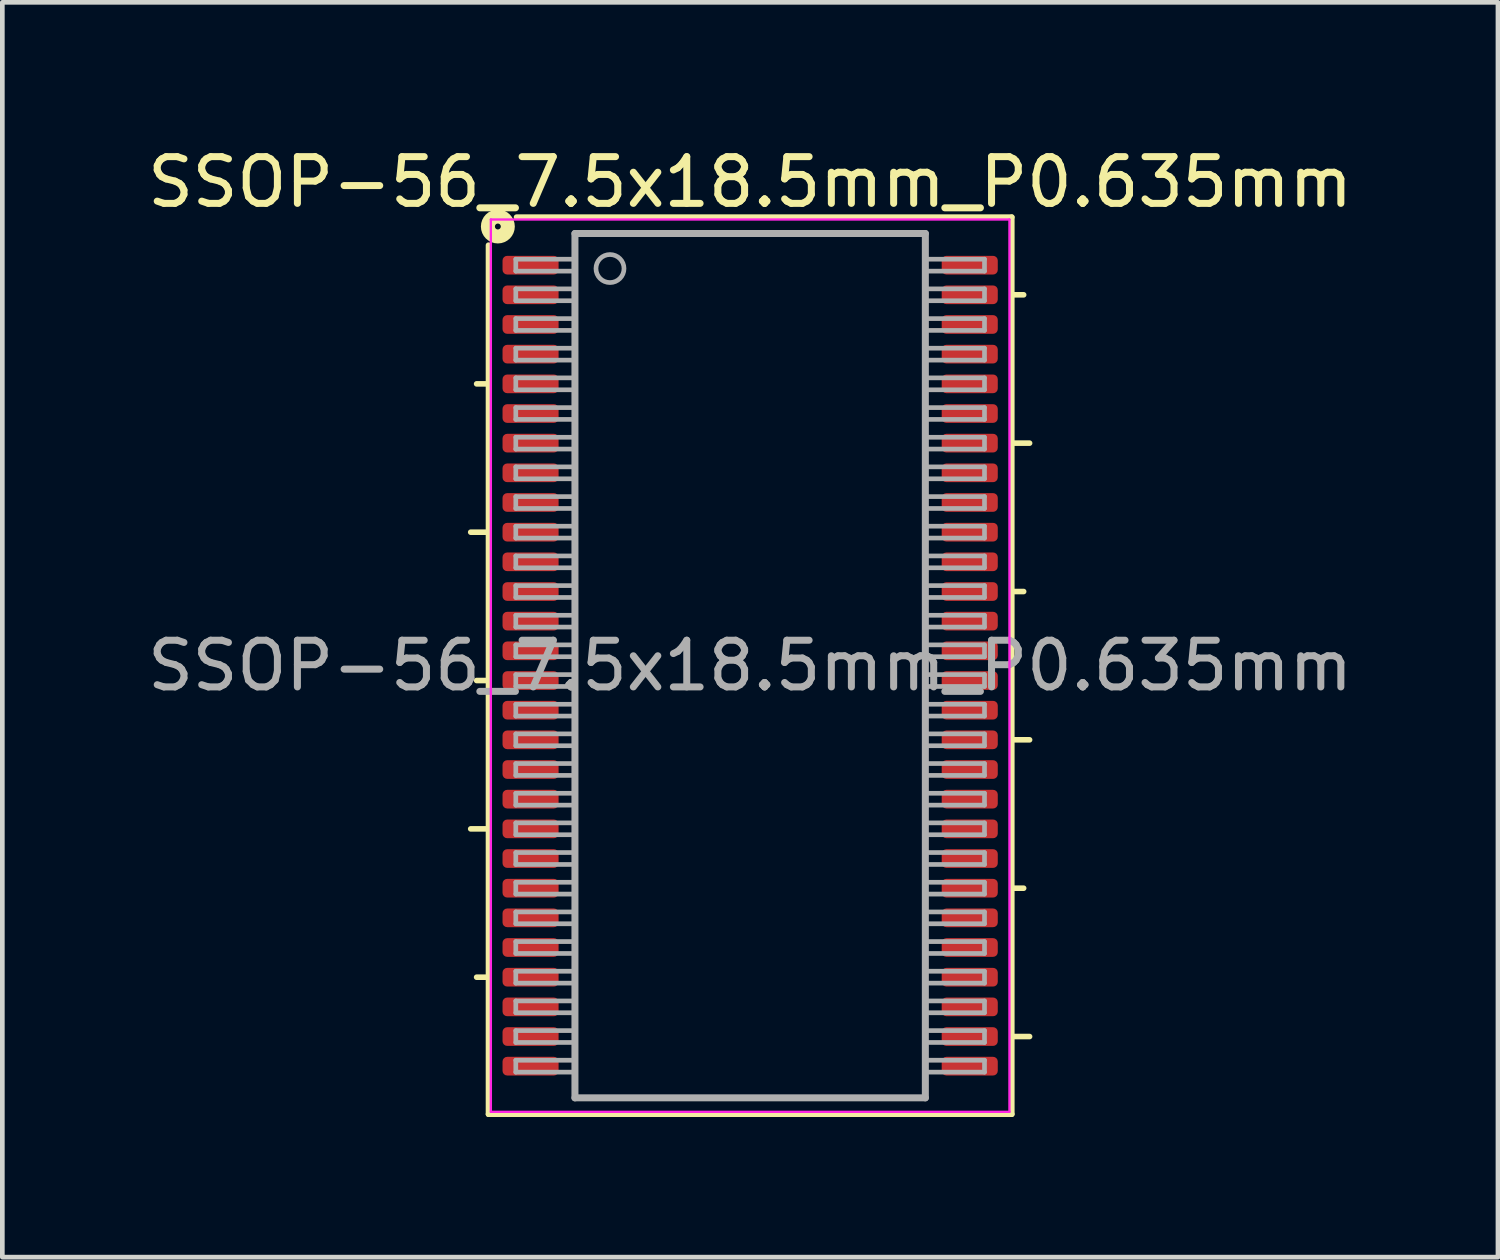
<source format=kicad_pcb>
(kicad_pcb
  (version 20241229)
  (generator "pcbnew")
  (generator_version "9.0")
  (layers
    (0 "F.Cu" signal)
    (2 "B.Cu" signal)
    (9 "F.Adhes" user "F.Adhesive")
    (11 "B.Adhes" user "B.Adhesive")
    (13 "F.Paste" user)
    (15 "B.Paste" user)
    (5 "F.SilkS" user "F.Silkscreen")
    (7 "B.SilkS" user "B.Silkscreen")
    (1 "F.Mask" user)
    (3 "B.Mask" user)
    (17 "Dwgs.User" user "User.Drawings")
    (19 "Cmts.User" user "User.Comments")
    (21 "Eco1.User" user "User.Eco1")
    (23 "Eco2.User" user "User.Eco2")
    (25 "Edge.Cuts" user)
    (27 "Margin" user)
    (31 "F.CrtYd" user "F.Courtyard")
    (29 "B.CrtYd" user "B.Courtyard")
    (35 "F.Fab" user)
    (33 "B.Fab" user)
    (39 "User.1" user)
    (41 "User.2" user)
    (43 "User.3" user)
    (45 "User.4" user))
  (footprint "SSOP-56_7.5x18.5mm_P0.635mm"
    (layer "F.Cu")
    (at 13.006 11.198)
    (property "Reference" "SSOP-56_7.5x18.5mm_P0.635mm" (at 0 -10.35 0) (layer "F.SilkS") (effects (font (size 1 1) (thickness 0.15))))
    (attr smd)
    (fp_line (start -5.6 -9) (end -5.6 9.6) (stroke (width 0.12) (type solid)) (layer "F.SilkS"))
    (fp_line (start -5.6 -6.032) (end -5.854 -6.032) (stroke (width 0.12) (type solid)) (layer "F.SilkS"))
    (fp_line (start -5.6 -2.857) (end -5.981 -2.857) (stroke (width 0.12) (type solid)) (layer "F.SilkS"))
    (fp_line (start -5.6 0.318) (end -5.854 0.318) (stroke (width 0.12) (type solid)) (layer "F.SilkS"))
    (fp_line (start -5.6 3.493) (end -5.981 3.493) (stroke (width 0.12) (type solid)) (layer "F.SilkS"))
    (fp_line (start -5.6 6.668) (end -5.854 6.668) (stroke (width 0.12) (type solid)) (layer "F.SilkS"))
    (fp_line (start -5.6 9.6) (end 5.6 9.6) (stroke (width 0.12) (type solid)) (layer "F.SilkS"))
    (fp_line (start 5.6 -9.6) (end -5 -9.6) (stroke (width 0.12) (type solid)) (layer "F.SilkS"))
    (fp_line (start 5.6 -7.938) (end 5.854 -7.938) (stroke (width 0.12) (type solid)) (layer "F.SilkS"))
    (fp_line (start 5.6 -4.763) (end 5.981 -4.763) (stroke (width 0.12) (type solid)) (layer "F.SilkS"))
    (fp_line (start 5.6 -1.587) (end 5.854 -1.587) (stroke (width 0.12) (type solid)) (layer "F.SilkS"))
    (fp_line (start 5.6 1.587) (end 5.981 1.587) (stroke (width 0.12) (type solid)) (layer "F.SilkS"))
    (fp_line (start 5.6 4.763) (end 5.854 4.763) (stroke (width 0.12) (type solid)) (layer "F.SilkS"))
    (fp_line (start 5.6 7.938) (end 5.981 7.938) (stroke (width 0.12) (type solid)) (layer "F.SilkS"))
    (fp_line (start 5.6 9.6) (end 5.6 -9.6) (stroke (width 0.12) (type solid)) (layer "F.SilkS"))
    (fp_circle (center -5.4 -9.4) (end -5.337 -9.4) (stroke (width 0.3) (type solid)) (fill no) (layer "F.SilkS"))
    (fp_line (start -5.55 -9.55) (end -5.55 9.55) (stroke (width 0.05) (type solid)) (layer "F.CrtYd"))
    (fp_line (start -5.55 -9.55) (end 5.55 -9.55) (stroke (width 0.05) (type solid)) (layer "F.CrtYd"))
    (fp_line (start -5.55 9.55) (end 5.55 9.55) (stroke (width 0.05) (type solid)) (layer "F.CrtYd"))
    (fp_line (start 5.55 -9.55) (end 5.55 9.55) (stroke (width 0.05) (type solid)) (layer "F.CrtYd"))
    (fp_line (start -5.016 -8.7) (end -5.016 -8.445) (stroke (width 0.1) (type solid)) (layer "F.Fab"))
    (fp_line (start -5.016 -8.7) (end -3.747 -8.7) (stroke (width 0.1) (type solid)) (layer "F.Fab"))
    (fp_line (start -5.016 -8.445) (end -3.747 -8.445) (stroke (width 0.1) (type solid)) (layer "F.Fab"))
    (fp_line (start -5.016 -8.065) (end -5.016 -7.811) (stroke (width 0.1) (type solid)) (layer "F.Fab"))
    (fp_line (start -5.016 -8.065) (end -3.747 -8.065) (stroke (width 0.1) (type solid)) (layer "F.Fab"))
    (fp_line (start -5.016 -7.811) (end -3.747 -7.811) (stroke (width 0.1) (type solid)) (layer "F.Fab"))
    (fp_line (start -5.016 -7.429) (end -5.016 -7.176) (stroke (width 0.1) (type solid)) (layer "F.Fab"))
    (fp_line (start -5.016 -7.429) (end -3.747 -7.429) (stroke (width 0.1) (type solid)) (layer "F.Fab"))
    (fp_line (start -5.016 -7.176) (end -3.747 -7.176) (stroke (width 0.1) (type solid)) (layer "F.Fab"))
    (fp_line (start -5.016 -6.795) (end -5.016 -6.54) (stroke (width 0.1) (type solid)) (layer "F.Fab"))
    (fp_line (start -5.016 -6.795) (end -3.747 -6.795) (stroke (width 0.1) (type solid)) (layer "F.Fab"))
    (fp_line (start -5.016 -6.54) (end -3.747 -6.54) (stroke (width 0.1) (type solid)) (layer "F.Fab"))
    (fp_line (start -5.016 -6.16) (end -5.016 -5.905) (stroke (width 0.1) (type solid)) (layer "F.Fab"))
    (fp_line (start -5.016 -6.16) (end -3.747 -6.16) (stroke (width 0.1) (type solid)) (layer "F.Fab"))
    (fp_line (start -5.016 -5.905) (end -3.747 -5.905) (stroke (width 0.1) (type solid)) (layer "F.Fab"))
    (fp_line (start -5.016 -5.524) (end -5.016 -5.271) (stroke (width 0.1) (type solid)) (layer "F.Fab"))
    (fp_line (start -5.016 -5.524) (end -3.747 -5.524) (stroke (width 0.1) (type solid)) (layer "F.Fab"))
    (fp_line (start -5.016 -5.271) (end -3.747 -5.271) (stroke (width 0.1) (type solid)) (layer "F.Fab"))
    (fp_line (start -5.016 -4.889) (end -5.016 -4.636) (stroke (width 0.1) (type solid)) (layer "F.Fab"))
    (fp_line (start -5.016 -4.889) (end -3.747 -4.889) (stroke (width 0.1) (type solid)) (layer "F.Fab"))
    (fp_line (start -5.016 -4.636) (end -3.747 -4.636) (stroke (width 0.1) (type solid)) (layer "F.Fab"))
    (fp_line (start -5.016 -4.255) (end -5.016 -4) (stroke (width 0.1) (type solid)) (layer "F.Fab"))
    (fp_line (start -5.016 -4.255) (end -3.747 -4.255) (stroke (width 0.1) (type solid)) (layer "F.Fab"))
    (fp_line (start -5.016 -4) (end -3.747 -4) (stroke (width 0.1) (type solid)) (layer "F.Fab"))
    (fp_line (start -5.016 -3.619) (end -5.016 -3.365) (stroke (width 0.1) (type solid)) (layer "F.Fab"))
    (fp_line (start -5.016 -3.619) (end -3.747 -3.619) (stroke (width 0.1) (type solid)) (layer "F.Fab"))
    (fp_line (start -5.016 -3.365) (end -3.747 -3.365) (stroke (width 0.1) (type solid)) (layer "F.Fab"))
    (fp_line (start -5.016 -2.985) (end -5.016 -2.731) (stroke (width 0.1) (type solid)) (layer "F.Fab"))
    (fp_line (start -5.016 -2.985) (end -3.747 -2.985) (stroke (width 0.1) (type solid)) (layer "F.Fab"))
    (fp_line (start -5.016 -2.731) (end -3.747 -2.731) (stroke (width 0.1) (type solid)) (layer "F.Fab"))
    (fp_line (start -5.016 -2.349) (end -5.016 -2.095) (stroke (width 0.1) (type solid)) (layer "F.Fab"))
    (fp_line (start -5.016 -2.349) (end -3.747 -2.349) (stroke (width 0.1) (type solid)) (layer "F.Fab"))
    (fp_line (start -5.016 -2.095) (end -3.747 -2.095) (stroke (width 0.1) (type solid)) (layer "F.Fab"))
    (fp_line (start -5.016 -1.714) (end -5.016 -1.46) (stroke (width 0.1) (type solid)) (layer "F.Fab"))
    (fp_line (start -5.016 -1.714) (end -3.747 -1.714) (stroke (width 0.1) (type solid)) (layer "F.Fab"))
    (fp_line (start -5.016 -1.46) (end -3.747 -1.46) (stroke (width 0.1) (type solid)) (layer "F.Fab"))
    (fp_line (start -5.016 -1.079) (end -5.016 -0.826) (stroke (width 0.1) (type solid)) (layer "F.Fab"))
    (fp_line (start -5.016 -1.079) (end -3.747 -1.079) (stroke (width 0.1) (type solid)) (layer "F.Fab"))
    (fp_line (start -5.016 -0.826) (end -3.747 -0.826) (stroke (width 0.1) (type solid)) (layer "F.Fab"))
    (fp_line (start -5.016 -0.445) (end -5.016 -0.191) (stroke (width 0.1) (type solid)) (layer "F.Fab"))
    (fp_line (start -5.016 -0.445) (end -3.747 -0.445) (stroke (width 0.1) (type solid)) (layer "F.Fab"))
    (fp_line (start -5.016 -0.191) (end -3.747 -0.191) (stroke (width 0.1) (type solid)) (layer "F.Fab"))
    (fp_line (start -5.016 0.191) (end -5.016 0.445) (stroke (width 0.1) (type solid)) (layer "F.Fab"))
    (fp_line (start -5.016 0.191) (end -3.747 0.191) (stroke (width 0.1) (type solid)) (layer "F.Fab"))
    (fp_line (start -5.016 0.445) (end -3.747 0.445) (stroke (width 0.1) (type solid)) (layer "F.Fab"))
    (fp_line (start -5.016 0.826) (end -5.016 1.079) (stroke (width 0.1) (type solid)) (layer "F.Fab"))
    (fp_line (start -5.016 0.826) (end -3.747 0.826) (stroke (width 0.1) (type solid)) (layer "F.Fab"))
    (fp_line (start -5.016 1.079) (end -3.747 1.079) (stroke (width 0.1) (type solid)) (layer "F.Fab"))
    (fp_line (start -5.016 1.46) (end -5.016 1.714) (stroke (width 0.1) (type solid)) (layer "F.Fab"))
    (fp_line (start -5.016 1.46) (end -3.747 1.46) (stroke (width 0.1) (type solid)) (layer "F.Fab"))
    (fp_line (start -5.016 1.714) (end -3.747 1.714) (stroke (width 0.1) (type solid)) (layer "F.Fab"))
    (fp_line (start -5.016 2.095) (end -5.016 2.349) (stroke (width 0.1) (type solid)) (layer "F.Fab"))
    (fp_line (start -5.016 2.095) (end -3.747 2.095) (stroke (width 0.1) (type solid)) (layer "F.Fab"))
    (fp_line (start -5.016 2.349) (end -3.747 2.349) (stroke (width 0.1) (type solid)) (layer "F.Fab"))
    (fp_line (start -5.016 2.731) (end -5.016 2.985) (stroke (width 0.1) (type solid)) (layer "F.Fab"))
    (fp_line (start -5.016 2.731) (end -3.747 2.731) (stroke (width 0.1) (type solid)) (layer "F.Fab"))
    (fp_line (start -5.016 2.985) (end -3.747 2.985) (stroke (width 0.1) (type solid)) (layer "F.Fab"))
    (fp_line (start -5.016 3.365) (end -5.016 3.619) (stroke (width 0.1) (type solid)) (layer "F.Fab"))
    (fp_line (start -5.016 3.365) (end -3.747 3.365) (stroke (width 0.1) (type solid)) (layer "F.Fab"))
    (fp_line (start -5.016 3.619) (end -3.747 3.619) (stroke (width 0.1) (type solid)) (layer "F.Fab"))
    (fp_line (start -5.016 4) (end -5.016 4.255) (stroke (width 0.1) (type solid)) (layer "F.Fab"))
    (fp_line (start -5.016 4) (end -3.747 4) (stroke (width 0.1) (type solid)) (layer "F.Fab"))
    (fp_line (start -5.016 4.255) (end -3.747 4.255) (stroke (width 0.1) (type solid)) (layer "F.Fab"))
    (fp_line (start -5.016 4.636) (end -5.016 4.889) (stroke (width 0.1) (type solid)) (layer "F.Fab"))
    (fp_line (start -5.016 4.636) (end -3.747 4.636) (stroke (width 0.1) (type solid)) (layer "F.Fab"))
    (fp_line (start -5.016 4.889) (end -3.747 4.889) (stroke (width 0.1) (type solid)) (layer "F.Fab"))
    (fp_line (start -5.016 5.271) (end -5.016 5.524) (stroke (width 0.1) (type solid)) (layer "F.Fab"))
    (fp_line (start -5.016 5.271) (end -3.747 5.271) (stroke (width 0.1) (type solid)) (layer "F.Fab"))
    (fp_line (start -5.016 5.524) (end -3.747 5.524) (stroke (width 0.1) (type solid)) (layer "F.Fab"))
    (fp_line (start -5.016 5.905) (end -5.016 6.16) (stroke (width 0.1) (type solid)) (layer "F.Fab"))
    (fp_line (start -5.016 5.905) (end -3.747 5.905) (stroke (width 0.1) (type solid)) (layer "F.Fab"))
    (fp_line (start -5.016 6.16) (end -3.747 6.16) (stroke (width 0.1) (type solid)) (layer "F.Fab"))
    (fp_line (start -5.016 6.54) (end -5.016 6.795) (stroke (width 0.1) (type solid)) (layer "F.Fab"))
    (fp_line (start -5.016 6.54) (end -3.747 6.54) (stroke (width 0.1) (type solid)) (layer "F.Fab"))
    (fp_line (start -5.016 6.795) (end -3.747 6.795) (stroke (width 0.1) (type solid)) (layer "F.Fab"))
    (fp_line (start -5.016 7.176) (end -5.016 7.429) (stroke (width 0.1) (type solid)) (layer "F.Fab"))
    (fp_line (start -5.016 7.176) (end -3.747 7.176) (stroke (width 0.1) (type solid)) (layer "F.Fab"))
    (fp_line (start -5.016 7.429) (end -3.747 7.429) (stroke (width 0.1) (type solid)) (layer "F.Fab"))
    (fp_line (start -5.016 7.811) (end -5.016 8.065) (stroke (width 0.1) (type solid)) (layer "F.Fab"))
    (fp_line (start -5.016 7.811) (end -3.747 7.811) (stroke (width 0.1) (type solid)) (layer "F.Fab"))
    (fp_line (start -5.016 8.065) (end -3.747 8.065) (stroke (width 0.1) (type solid)) (layer "F.Fab"))
    (fp_line (start -5.016 8.445) (end -5.016 8.7) (stroke (width 0.1) (type solid)) (layer "F.Fab"))
    (fp_line (start -5.016 8.445) (end -3.747 8.445) (stroke (width 0.1) (type solid)) (layer "F.Fab"))
    (fp_line (start -5.016 8.7) (end -3.747 8.7) (stroke (width 0.1) (type solid)) (layer "F.Fab"))
    (fp_line (start -3.75 -9.25) (end 3.75 -9.25) (stroke (width 0.15) (type solid)) (layer "F.Fab"))
    (fp_line (start -3.75 9.25) (end -3.75 -9.25) (stroke (width 0.15) (type solid)) (layer "F.Fab"))
    (fp_line (start 3.75 -9.25) (end 3.75 9.25) (stroke (width 0.15) (type solid)) (layer "F.Fab"))
    (fp_line (start 3.75 9.25) (end -3.75 9.25) (stroke (width 0.15) (type solid)) (layer "F.Fab"))
    (fp_line (start 5.016 -8.7) (end 3.747 -8.7) (stroke (width 0.1) (type solid)) (layer "F.Fab"))
    (fp_line (start 5.016 -8.445) (end 3.747 -8.445) (stroke (width 0.1) (type solid)) (layer "F.Fab"))
    (fp_line (start 5.016 -8.445) (end 5.016 -8.7) (stroke (width 0.1) (type solid)) (layer "F.Fab"))
    (fp_line (start 5.016 -8.065) (end 3.747 -8.065) (stroke (width 0.1) (type solid)) (layer "F.Fab"))
    (fp_line (start 5.016 -7.811) (end 3.747 -7.811) (stroke (width 0.1) (type solid)) (layer "F.Fab"))
    (fp_line (start 5.016 -7.811) (end 5.016 -8.065) (stroke (width 0.1) (type solid)) (layer "F.Fab"))
    (fp_line (start 5.016 -7.429) (end 3.747 -7.429) (stroke (width 0.1) (type solid)) (layer "F.Fab"))
    (fp_line (start 5.016 -7.176) (end 3.747 -7.176) (stroke (width 0.1) (type solid)) (layer "F.Fab"))
    (fp_line (start 5.016 -7.176) (end 5.016 -7.429) (stroke (width 0.1) (type solid)) (layer "F.Fab"))
    (fp_line (start 5.016 -6.795) (end 3.747 -6.795) (stroke (width 0.1) (type solid)) (layer "F.Fab"))
    (fp_line (start 5.016 -6.54) (end 3.747 -6.54) (stroke (width 0.1) (type solid)) (layer "F.Fab"))
    (fp_line (start 5.016 -6.54) (end 5.016 -6.795) (stroke (width 0.1) (type solid)) (layer "F.Fab"))
    (fp_line (start 5.016 -6.16) (end 3.747 -6.16) (stroke (width 0.1) (type solid)) (layer "F.Fab"))
    (fp_line (start 5.016 -5.905) (end 3.747 -5.905) (stroke (width 0.1) (type solid)) (layer "F.Fab"))
    (fp_line (start 5.016 -5.905) (end 5.016 -6.16) (stroke (width 0.1) (type solid)) (layer "F.Fab"))
    (fp_line (start 5.016 -5.524) (end 3.747 -5.524) (stroke (width 0.1) (type solid)) (layer "F.Fab"))
    (fp_line (start 5.016 -5.271) (end 3.747 -5.271) (stroke (width 0.1) (type solid)) (layer "F.Fab"))
    (fp_line (start 5.016 -5.271) (end 5.016 -5.524) (stroke (width 0.1) (type solid)) (layer "F.Fab"))
    (fp_line (start 5.016 -4.889) (end 3.747 -4.889) (stroke (width 0.1) (type solid)) (layer "F.Fab"))
    (fp_line (start 5.016 -4.636) (end 3.747 -4.636) (stroke (width 0.1) (type solid)) (layer "F.Fab"))
    (fp_line (start 5.016 -4.636) (end 5.016 -4.889) (stroke (width 0.1) (type solid)) (layer "F.Fab"))
    (fp_line (start 5.016 -4.255) (end 3.747 -4.255) (stroke (width 0.1) (type solid)) (layer "F.Fab"))
    (fp_line (start 5.016 -4) (end 3.747 -4) (stroke (width 0.1) (type solid)) (layer "F.Fab"))
    (fp_line (start 5.016 -4) (end 5.016 -4.255) (stroke (width 0.1) (type solid)) (layer "F.Fab"))
    (fp_line (start 5.016 -3.619) (end 3.747 -3.619) (stroke (width 0.1) (type solid)) (layer "F.Fab"))
    (fp_line (start 5.016 -3.365) (end 3.747 -3.365) (stroke (width 0.1) (type solid)) (layer "F.Fab"))
    (fp_line (start 5.016 -3.365) (end 5.016 -3.619) (stroke (width 0.1) (type solid)) (layer "F.Fab"))
    (fp_line (start 5.016 -2.985) (end 3.747 -2.985) (stroke (width 0.1) (type solid)) (layer "F.Fab"))
    (fp_line (start 5.016 -2.731) (end 3.747 -2.731) (stroke (width 0.1) (type solid)) (layer "F.Fab"))
    (fp_line (start 5.016 -2.731) (end 5.016 -2.985) (stroke (width 0.1) (type solid)) (layer "F.Fab"))
    (fp_line (start 5.016 -2.349) (end 3.747 -2.349) (stroke (width 0.1) (type solid)) (layer "F.Fab"))
    (fp_line (start 5.016 -2.095) (end 3.747 -2.095) (stroke (width 0.1) (type solid)) (layer "F.Fab"))
    (fp_line (start 5.016 -2.095) (end 5.016 -2.349) (stroke (width 0.1) (type solid)) (layer "F.Fab"))
    (fp_line (start 5.016 -1.714) (end 3.747 -1.714) (stroke (width 0.1) (type solid)) (layer "F.Fab"))
    (fp_line (start 5.016 -1.46) (end 3.747 -1.46) (stroke (width 0.1) (type solid)) (layer "F.Fab"))
    (fp_line (start 5.016 -1.46) (end 5.016 -1.714) (stroke (width 0.1) (type solid)) (layer "F.Fab"))
    (fp_line (start 5.016 -1.079) (end 3.747 -1.079) (stroke (width 0.1) (type solid)) (layer "F.Fab"))
    (fp_line (start 5.016 -0.826) (end 3.747 -0.826) (stroke (width 0.1) (type solid)) (layer "F.Fab"))
    (fp_line (start 5.016 -0.826) (end 5.016 -1.079) (stroke (width 0.1) (type solid)) (layer "F.Fab"))
    (fp_line (start 5.016 -0.445) (end 3.747 -0.445) (stroke (width 0.1) (type solid)) (layer "F.Fab"))
    (fp_line (start 5.016 -0.191) (end 3.747 -0.191) (stroke (width 0.1) (type solid)) (layer "F.Fab"))
    (fp_line (start 5.016 -0.191) (end 5.016 -0.445) (stroke (width 0.1) (type solid)) (layer "F.Fab"))
    (fp_line (start 5.016 0.191) (end 3.747 0.191) (stroke (width 0.1) (type solid)) (layer "F.Fab"))
    (fp_line (start 5.016 0.445) (end 3.747 0.445) (stroke (width 0.1) (type solid)) (layer "F.Fab"))
    (fp_line (start 5.016 0.445) (end 5.016 0.191) (stroke (width 0.1) (type solid)) (layer "F.Fab"))
    (fp_line (start 5.016 0.826) (end 3.747 0.826) (stroke (width 0.1) (type solid)) (layer "F.Fab"))
    (fp_line (start 5.016 1.079) (end 3.747 1.079) (stroke (width 0.1) (type solid)) (layer "F.Fab"))
    (fp_line (start 5.016 1.079) (end 5.016 0.826) (stroke (width 0.1) (type solid)) (layer "F.Fab"))
    (fp_line (start 5.016 1.46) (end 3.747 1.46) (stroke (width 0.1) (type solid)) (layer "F.Fab"))
    (fp_line (start 5.016 1.714) (end 3.747 1.714) (stroke (width 0.1) (type solid)) (layer "F.Fab"))
    (fp_line (start 5.016 1.714) (end 5.016 1.46) (stroke (width 0.1) (type solid)) (layer "F.Fab"))
    (fp_line (start 5.016 2.095) (end 3.747 2.095) (stroke (width 0.1) (type solid)) (layer "F.Fab"))
    (fp_line (start 5.016 2.349) (end 3.747 2.349) (stroke (width 0.1) (type solid)) (layer "F.Fab"))
    (fp_line (start 5.016 2.349) (end 5.016 2.095) (stroke (width 0.1) (type solid)) (layer "F.Fab"))
    (fp_line (start 5.016 2.731) (end 3.747 2.731) (stroke (width 0.1) (type solid)) (layer "F.Fab"))
    (fp_line (start 5.016 2.985) (end 3.747 2.985) (stroke (width 0.1) (type solid)) (layer "F.Fab"))
    (fp_line (start 5.016 2.985) (end 5.016 2.731) (stroke (width 0.1) (type solid)) (layer "F.Fab"))
    (fp_line (start 5.016 3.365) (end 3.747 3.365) (stroke (width 0.1) (type solid)) (layer "F.Fab"))
    (fp_line (start 5.016 3.619) (end 3.747 3.619) (stroke (width 0.1) (type solid)) (layer "F.Fab"))
    (fp_line (start 5.016 3.619) (end 5.016 3.365) (stroke (width 0.1) (type solid)) (layer "F.Fab"))
    (fp_line (start 5.016 4) (end 3.747 4) (stroke (width 0.1) (type solid)) (layer "F.Fab"))
    (fp_line (start 5.016 4.255) (end 3.747 4.255) (stroke (width 0.1) (type solid)) (layer "F.Fab"))
    (fp_line (start 5.016 4.255) (end 5.016 4) (stroke (width 0.1) (type solid)) (layer "F.Fab"))
    (fp_line (start 5.016 4.636) (end 3.747 4.636) (stroke (width 0.1) (type solid)) (layer "F.Fab"))
    (fp_line (start 5.016 4.889) (end 3.747 4.889) (stroke (width 0.1) (type solid)) (layer "F.Fab"))
    (fp_line (start 5.016 4.889) (end 5.016 4.636) (stroke (width 0.1) (type solid)) (layer "F.Fab"))
    (fp_line (start 5.016 5.271) (end 3.747 5.271) (stroke (width 0.1) (type solid)) (layer "F.Fab"))
    (fp_line (start 5.016 5.524) (end 3.747 5.524) (stroke (width 0.1) (type solid)) (layer "F.Fab"))
    (fp_line (start 5.016 5.524) (end 5.016 5.271) (stroke (width 0.1) (type solid)) (layer "F.Fab"))
    (fp_line (start 5.016 5.905) (end 3.747 5.905) (stroke (width 0.1) (type solid)) (layer "F.Fab"))
    (fp_line (start 5.016 6.16) (end 3.747 6.16) (stroke (width 0.1) (type solid)) (layer "F.Fab"))
    (fp_line (start 5.016 6.16) (end 5.016 5.905) (stroke (width 0.1) (type solid)) (layer "F.Fab"))
    (fp_line (start 5.016 6.54) (end 3.747 6.54) (stroke (width 0.1) (type solid)) (layer "F.Fab"))
    (fp_line (start 5.016 6.795) (end 3.747 6.795) (stroke (width 0.1) (type solid)) (layer "F.Fab"))
    (fp_line (start 5.016 6.795) (end 5.016 6.54) (stroke (width 0.1) (type solid)) (layer "F.Fab"))
    (fp_line (start 5.016 7.176) (end 3.747 7.176) (stroke (width 0.1) (type solid)) (layer "F.Fab"))
    (fp_line (start 5.016 7.429) (end 3.747 7.429) (stroke (width 0.1) (type solid)) (layer "F.Fab"))
    (fp_line (start 5.016 7.429) (end 5.016 7.176) (stroke (width 0.1) (type solid)) (layer "F.Fab"))
    (fp_line (start 5.016 7.811) (end 3.747 7.811) (stroke (width 0.1) (type solid)) (layer "F.Fab"))
    (fp_line (start 5.016 8.065) (end 3.747 8.065) (stroke (width 0.1) (type solid)) (layer "F.Fab"))
    (fp_line (start 5.016 8.065) (end 5.016 7.811) (stroke (width 0.1) (type solid)) (layer "F.Fab"))
    (fp_line (start 5.016 8.445) (end 3.747 8.445) (stroke (width 0.1) (type solid)) (layer "F.Fab"))
    (fp_line (start 5.016 8.7) (end 3.747 8.7) (stroke (width 0.1) (type solid)) (layer "F.Fab"))
    (fp_line (start 5.016 8.7) (end 5.016 8.445) (stroke (width 0.1) (type solid)) (layer "F.Fab"))
    (fp_circle (center -3 -8.5) (end -2.7 -8.5) (stroke (width 0.1) (type solid)) (fill no) (layer "F.Fab"))
    (fp_text user "${REFERENCE}" (at 0 0 0) (layer "F.Fab") (effects (font (size 1 1) (thickness 0.15))))
    (pad "1" smd roundrect (at -4.7 -8.572) (size 1.2 0.4) (layers "F.Cu" "F.Mask" "F.Paste") (roundrect_rratio 0.25))
    (pad "2" smd roundrect (at -4.7 -7.938) (size 1.2 0.4) (layers "F.Cu" "F.Mask" "F.Paste") (roundrect_rratio 0.25))
    (pad "3" smd roundrect (at -4.7 -7.303) (size 1.2 0.4) (layers "F.Cu" "F.Mask" "F.Paste") (roundrect_rratio 0.25))
    (pad "4" smd roundrect (at -4.7 -6.668) (size 1.2 0.4) (layers "F.Cu" "F.Mask" "F.Paste") (roundrect_rratio 0.25))
    (pad "5" smd roundrect (at -4.7 -6.032) (size 1.2 0.4) (layers "F.Cu" "F.Mask" "F.Paste") (roundrect_rratio 0.25))
    (pad "6" smd roundrect (at -4.7 -5.397) (size 1.2 0.4) (layers "F.Cu" "F.Mask" "F.Paste") (roundrect_rratio 0.25))
    (pad "7" smd roundrect (at -4.7 -4.763) (size 1.2 0.4) (layers "F.Cu" "F.Mask" "F.Paste") (roundrect_rratio 0.25))
    (pad "8" smd roundrect (at -4.7 -4.128) (size 1.2 0.4) (layers "F.Cu" "F.Mask" "F.Paste") (roundrect_rratio 0.25))
    (pad "9" smd roundrect (at -4.7 -3.493) (size 1.2 0.4) (layers "F.Cu" "F.Mask" "F.Paste") (roundrect_rratio 0.25))
    (pad "10" smd roundrect (at -4.7 -2.857) (size 1.2 0.4) (layers "F.Cu" "F.Mask" "F.Paste") (roundrect_rratio 0.25))
    (pad "11" smd roundrect (at -4.7 -2.223) (size 1.2 0.4) (layers "F.Cu" "F.Mask" "F.Paste") (roundrect_rratio 0.25))
    (pad "12" smd roundrect (at -4.7 -1.587) (size 1.2 0.4) (layers "F.Cu" "F.Mask" "F.Paste") (roundrect_rratio 0.25))
    (pad "13" smd roundrect (at -4.7 -0.953) (size 1.2 0.4) (layers "F.Cu" "F.Mask" "F.Paste") (roundrect_rratio 0.25))
    (pad "14" smd roundrect (at -4.7 -0.318) (size 1.2 0.4) (layers "F.Cu" "F.Mask" "F.Paste") (roundrect_rratio 0.25))
    (pad "15" smd roundrect (at -4.7 0.318) (size 1.2 0.4) (layers "F.Cu" "F.Mask" "F.Paste") (roundrect_rratio 0.25))
    (pad "16" smd roundrect (at -4.7 0.953) (size 1.2 0.4) (layers "F.Cu" "F.Mask" "F.Paste") (roundrect_rratio 0.25))
    (pad "17" smd roundrect (at -4.7 1.587) (size 1.2 0.4) (layers "F.Cu" "F.Mask" "F.Paste") (roundrect_rratio 0.25))
    (pad "18" smd roundrect (at -4.7 2.223) (size 1.2 0.4) (layers "F.Cu" "F.Mask" "F.Paste") (roundrect_rratio 0.25))
    (pad "19" smd roundrect (at -4.7 2.857) (size 1.2 0.4) (layers "F.Cu" "F.Mask" "F.Paste") (roundrect_rratio 0.25))
    (pad "20" smd roundrect (at -4.7 3.493) (size 1.2 0.4) (layers "F.Cu" "F.Mask" "F.Paste") (roundrect_rratio 0.25))
    (pad "21" smd roundrect (at -4.7 4.128) (size 1.2 0.4) (layers "F.Cu" "F.Mask" "F.Paste") (roundrect_rratio 0.25))
    (pad "22" smd roundrect (at -4.7 4.763) (size 1.2 0.4) (layers "F.Cu" "F.Mask" "F.Paste") (roundrect_rratio 0.25))
    (pad "23" smd roundrect (at -4.7 5.397) (size 1.2 0.4) (layers "F.Cu" "F.Mask" "F.Paste") (roundrect_rratio 0.25))
    (pad "24" smd roundrect (at -4.7 6.032) (size 1.2 0.4) (layers "F.Cu" "F.Mask" "F.Paste") (roundrect_rratio 0.25))
    (pad "25" smd roundrect (at -4.7 6.668) (size 1.2 0.4) (layers "F.Cu" "F.Mask" "F.Paste") (roundrect_rratio 0.25))
    (pad "26" smd roundrect (at -4.7 7.303) (size 1.2 0.4) (layers "F.Cu" "F.Mask" "F.Paste") (roundrect_rratio 0.25))
    (pad "27" smd roundrect (at -4.7 7.938) (size 1.2 0.4) (layers "F.Cu" "F.Mask" "F.Paste") (roundrect_rratio 0.25))
    (pad "28" smd roundrect (at -4.7 8.572) (size 1.2 0.4) (layers "F.Cu" "F.Mask" "F.Paste") (roundrect_rratio 0.25))
    (pad "29" smd roundrect (at 4.7 8.572) (size 1.2 0.4) (layers "F.Cu" "F.Mask" "F.Paste") (roundrect_rratio 0.25))
    (pad "30" smd roundrect (at 4.7 7.938) (size 1.2 0.4) (layers "F.Cu" "F.Mask" "F.Paste") (roundrect_rratio 0.25))
    (pad "31" smd roundrect (at 4.7 7.303) (size 1.2 0.4) (layers "F.Cu" "F.Mask" "F.Paste") (roundrect_rratio 0.25))
    (pad "32" smd roundrect (at 4.7 6.668) (size 1.2 0.4) (layers "F.Cu" "F.Mask" "F.Paste") (roundrect_rratio 0.25))
    (pad "33" smd roundrect (at 4.7 6.032) (size 1.2 0.4) (layers "F.Cu" "F.Mask" "F.Paste") (roundrect_rratio 0.25))
    (pad "34" smd roundrect (at 4.7 5.397) (size 1.2 0.4) (layers "F.Cu" "F.Mask" "F.Paste") (roundrect_rratio 0.25))
    (pad "35" smd roundrect (at 4.7 4.763) (size 1.2 0.4) (layers "F.Cu" "F.Mask" "F.Paste") (roundrect_rratio 0.25))
    (pad "36" smd roundrect (at 4.7 4.128) (size 1.2 0.4) (layers "F.Cu" "F.Mask" "F.Paste") (roundrect_rratio 0.25))
    (pad "37" smd roundrect (at 4.7 3.493) (size 1.2 0.4) (layers "F.Cu" "F.Mask" "F.Paste") (roundrect_rratio 0.25))
    (pad "38" smd roundrect (at 4.7 2.857) (size 1.2 0.4) (layers "F.Cu" "F.Mask" "F.Paste") (roundrect_rratio 0.25))
    (pad "39" smd roundrect (at 4.7 2.223) (size 1.2 0.4) (layers "F.Cu" "F.Mask" "F.Paste") (roundrect_rratio 0.25))
    (pad "40" smd roundrect (at 4.7 1.587) (size 1.2 0.4) (layers "F.Cu" "F.Mask" "F.Paste") (roundrect_rratio 0.25))
    (pad "41" smd roundrect (at 4.7 0.953) (size 1.2 0.4) (layers "F.Cu" "F.Mask" "F.Paste") (roundrect_rratio 0.25))
    (pad "42" smd roundrect (at 4.7 0.318) (size 1.2 0.4) (layers "F.Cu" "F.Mask" "F.Paste") (roundrect_rratio 0.25))
    (pad "43" smd roundrect (at 4.7 -0.318) (size 1.2 0.4) (layers "F.Cu" "F.Mask" "F.Paste") (roundrect_rratio 0.25))
    (pad "44" smd roundrect (at 4.7 -0.953) (size 1.2 0.4) (layers "F.Cu" "F.Mask" "F.Paste") (roundrect_rratio 0.25))
    (pad "45" smd roundrect (at 4.7 -1.587) (size 1.2 0.4) (layers "F.Cu" "F.Mask" "F.Paste") (roundrect_rratio 0.25))
    (pad "46" smd roundrect (at 4.7 -2.223) (size 1.2 0.4) (layers "F.Cu" "F.Mask" "F.Paste") (roundrect_rratio 0.25))
    (pad "47" smd roundrect (at 4.7 -2.857) (size 1.2 0.4) (layers "F.Cu" "F.Mask" "F.Paste") (roundrect_rratio 0.25))
    (pad "48" smd roundrect (at 4.7 -3.493) (size 1.2 0.4) (layers "F.Cu" "F.Mask" "F.Paste") (roundrect_rratio 0.25))
    (pad "49" smd roundrect (at 4.7 -4.128) (size 1.2 0.4) (layers "F.Cu" "F.Mask" "F.Paste") (roundrect_rratio 0.25))
    (pad "50" smd roundrect (at 4.7 -4.763) (size 1.2 0.4) (layers "F.Cu" "F.Mask" "F.Paste") (roundrect_rratio 0.25))
    (pad "51" smd roundrect (at 4.7 -5.397) (size 1.2 0.4) (layers "F.Cu" "F.Mask" "F.Paste") (roundrect_rratio 0.25))
    (pad "52" smd roundrect (at 4.7 -6.032) (size 1.2 0.4) (layers "F.Cu" "F.Mask" "F.Paste") (roundrect_rratio 0.25))
    (pad "53" smd roundrect (at 4.7 -6.668) (size 1.2 0.4) (layers "F.Cu" "F.Mask" "F.Paste") (roundrect_rratio 0.25))
    (pad "54" smd roundrect (at 4.7 -7.303) (size 1.2 0.4) (layers "F.Cu" "F.Mask" "F.Paste") (roundrect_rratio 0.25))
    (pad "55" smd roundrect (at 4.7 -7.938) (size 1.2 0.4) (layers "F.Cu" "F.Mask" "F.Paste") (roundrect_rratio 0.25))
    (pad "56" smd roundrect (at 4.7 -8.572) (size 1.2 0.4) (layers "F.Cu" "F.Mask" "F.Paste") (roundrect_rratio 0.25)))
  (gr_rect
    (start -3 -3)
    (end 29.012 23.858)
    (stroke (width 0.1) (type default))
    (fill no)
    (layer "Edge.Cuts")))
</source>
